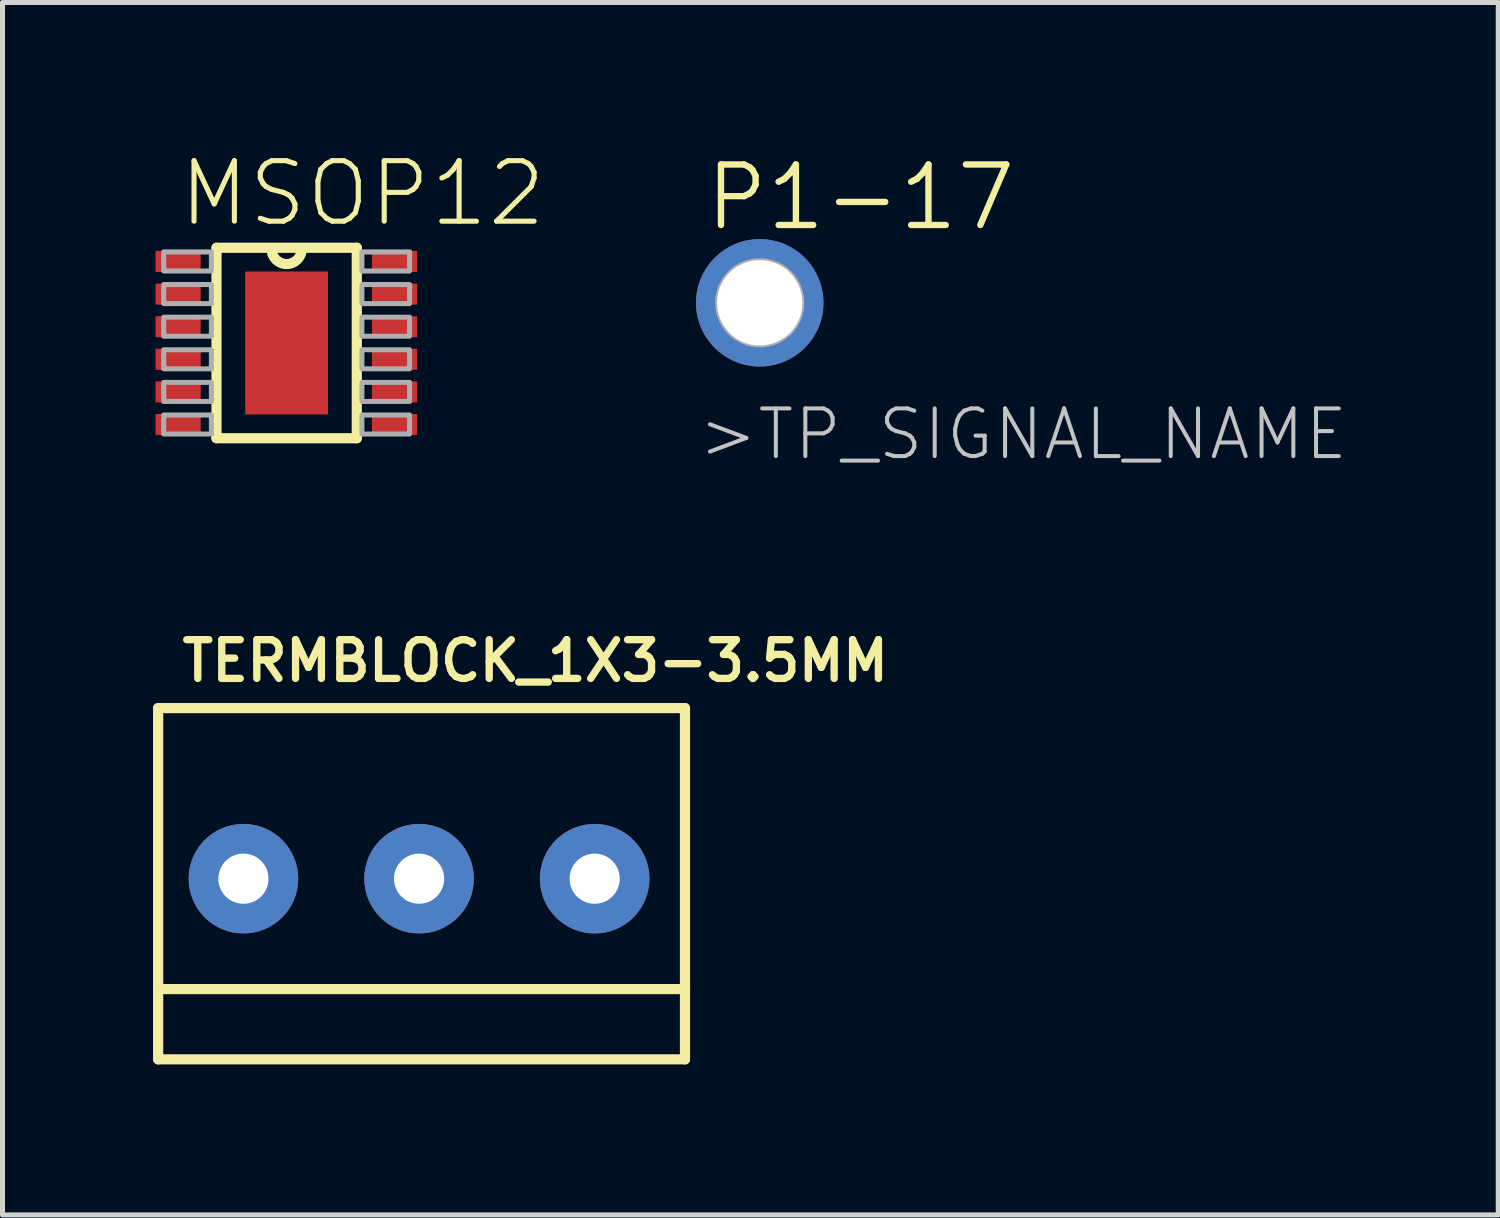
<source format=kicad_pcb>
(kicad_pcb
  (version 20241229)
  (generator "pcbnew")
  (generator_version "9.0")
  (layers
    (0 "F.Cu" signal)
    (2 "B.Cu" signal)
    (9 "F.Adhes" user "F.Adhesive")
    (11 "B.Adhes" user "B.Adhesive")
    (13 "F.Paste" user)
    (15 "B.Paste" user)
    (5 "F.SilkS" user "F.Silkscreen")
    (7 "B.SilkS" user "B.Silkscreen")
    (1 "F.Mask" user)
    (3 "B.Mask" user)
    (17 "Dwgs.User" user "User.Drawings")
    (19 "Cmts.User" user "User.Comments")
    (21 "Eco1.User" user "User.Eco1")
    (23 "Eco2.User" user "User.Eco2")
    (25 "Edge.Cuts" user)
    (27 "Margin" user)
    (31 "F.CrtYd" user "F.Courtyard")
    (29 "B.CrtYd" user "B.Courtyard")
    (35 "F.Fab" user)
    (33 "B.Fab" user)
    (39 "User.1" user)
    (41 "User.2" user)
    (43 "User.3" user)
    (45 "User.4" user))
  (footprint "MSOP12"
    (layer "F.Cu")
    (at 2.663 3.786)
    (property "Reference" "MSOP12" (at -2.2 -2.275 0) (layer "F.SilkS") (effects (font (size 1.206 1.206) (thickness 0.102)) (justify left bottom)))
    (attr through_hole)
    (fp_poly (pts (xy -2.663 -1.387) (xy -1.675 -1.387) (xy -1.675 -1.863) (xy -2.663 -1.863)) (stroke (width 0) (type solid)) (fill yes) (layer "F.Mask"))
    (fp_poly (pts (xy -2.663 -0.738) (xy -1.675 -0.738) (xy -1.675 -1.212) (xy -2.663 -1.212)) (stroke (width 0) (type solid)) (fill yes) (layer "F.Mask"))
    (fp_poly (pts (xy -2.663 -0.087) (xy -1.675 -0.087) (xy -1.675 -0.562) (xy -2.663 -0.562)) (stroke (width 0) (type solid)) (fill yes) (layer "F.Mask"))
    (fp_poly (pts (xy -2.663 0.562) (xy -1.675 0.562) (xy -1.675 0.087) (xy -2.663 0.087)) (stroke (width 0) (type solid)) (fill yes) (layer "F.Mask"))
    (fp_poly (pts (xy -2.663 1.212) (xy -1.675 1.212) (xy -1.675 0.738) (xy -2.663 0.738)) (stroke (width 0) (type solid)) (fill yes) (layer "F.Mask"))
    (fp_poly (pts (xy -2.663 1.863) (xy -1.675 1.863) (xy -1.675 1.387) (xy -2.663 1.387)) (stroke (width 0) (type solid)) (fill yes) (layer "F.Mask"))
    (fp_poly (pts (xy 2.663 -1.863) (xy 1.675 -1.863) (xy 1.675 -1.387) (xy 2.663 -1.387)) (stroke (width 0) (type solid)) (fill yes) (layer "F.Mask"))
    (fp_poly (pts (xy 2.663 -1.212) (xy 1.675 -1.212) (xy 1.675 -0.738) (xy 2.663 -0.738)) (stroke (width 0) (type solid)) (fill yes) (layer "F.Mask"))
    (fp_poly (pts (xy 2.663 -0.562) (xy 1.675 -0.562) (xy 1.675 -0.087) (xy 2.663 -0.087)) (stroke (width 0) (type solid)) (fill yes) (layer "F.Mask"))
    (fp_poly (pts (xy 2.663 0.087) (xy 1.675 0.087) (xy 1.675 0.562) (xy 2.663 0.562)) (stroke (width 0) (type solid)) (fill yes) (layer "F.Mask"))
    (fp_poly (pts (xy 2.663 0.738) (xy 1.675 0.738) (xy 1.675 1.212) (xy 2.663 1.212)) (stroke (width 0) (type solid)) (fill yes) (layer "F.Mask"))
    (fp_poly (pts (xy 2.663 1.387) (xy 1.675 1.387) (xy 1.675 1.863) (xy 2.663 1.863)) (stroke (width 0) (type solid)) (fill yes) (layer "F.Mask"))
    (fp_line (start -1.398 -1.898) (end -1.398 1.898) (stroke (width 0.203) (type solid)) (layer "F.SilkS"))
    (fp_line (start -1.398 1.898) (end 1.398 1.898) (stroke (width 0.203) (type solid)) (layer "F.SilkS"))
    (fp_line (start 1.398 -1.898) (end -1.398 -1.898) (stroke (width 0.203) (type solid)) (layer "F.SilkS"))
    (fp_line (start 1.398 1.898) (end 1.398 -1.898) (stroke (width 0.203) (type solid)) (layer "F.SilkS"))
    (fp_arc (start 0.3 -1.8734) (mid 0 -1.5734) (end -0.3 -1.8734) (stroke (width 0.2032) (type solid)) (layer "F.SilkS"))
    (fp_poly (pts (xy -2.45 -1.435) (xy -1.5 -1.435) (xy -1.5 -1.815) (xy -2.45 -1.815)) (stroke (width 0.1) (type solid)) (fill no) (layer "F.Fab"))
    (fp_poly (pts (xy -2.45 -0.785) (xy -1.5 -0.785) (xy -1.5 -1.165) (xy -2.45 -1.165)) (stroke (width 0.1) (type solid)) (fill no) (layer "F.Fab"))
    (fp_poly (pts (xy -2.45 -0.135) (xy -1.5 -0.135) (xy -1.5 -0.515) (xy -2.45 -0.515)) (stroke (width 0.1) (type solid)) (fill no) (layer "F.Fab"))
    (fp_poly (pts (xy -2.45 0.515) (xy -1.5 0.515) (xy -1.5 0.135) (xy -2.45 0.135)) (stroke (width 0.1) (type solid)) (fill no) (layer "F.Fab"))
    (fp_poly (pts (xy -2.45 1.165) (xy -1.5 1.165) (xy -1.5 0.785) (xy -2.45 0.785)) (stroke (width 0.1) (type solid)) (fill no) (layer "F.Fab"))
    (fp_poly (pts (xy -2.45 1.815) (xy -1.5 1.815) (xy -1.5 1.435) (xy -2.45 1.435)) (stroke (width 0.1) (type solid)) (fill no) (layer "F.Fab"))
    (fp_poly (pts (xy 1.5 -1.435) (xy 2.45 -1.435) (xy 2.45 -1.815) (xy 1.5 -1.815)) (stroke (width 0.1) (type solid)) (fill no) (layer "F.Fab"))
    (fp_poly (pts (xy 1.5 -0.785) (xy 2.45 -0.785) (xy 2.45 -1.165) (xy 1.5 -1.165)) (stroke (width 0.1) (type solid)) (fill no) (layer "F.Fab"))
    (fp_poly (pts (xy 1.5 -0.135) (xy 2.45 -0.135) (xy 2.45 -0.515) (xy 1.5 -0.515)) (stroke (width 0.1) (type solid)) (fill no) (layer "F.Fab"))
    (fp_poly (pts (xy 1.5 0.515) (xy 2.45 0.515) (xy 2.45 0.135) (xy 1.5 0.135)) (stroke (width 0.1) (type solid)) (fill no) (layer "F.Fab"))
    (fp_poly (pts (xy 1.5 1.165) (xy 2.45 1.165) (xy 2.45 0.785) (xy 1.5 0.785)) (stroke (width 0.1) (type solid)) (fill no) (layer "F.Fab"))
    (fp_poly (pts (xy 1.5 1.815) (xy 2.45 1.815) (xy 2.45 1.435) (xy 1.5 1.435)) (stroke (width 0.1) (type solid)) (fill no) (layer "F.Fab"))
    (pad "1" smd rect (at -2.163 -1.625) (size 0.9 0.42) (layers "F.Cu" "F.Mask" "F.Paste"))
    (pad "2" smd rect (at -2.163 -0.975) (size 0.9 0.42) (layers "F.Cu" "F.Mask" "F.Paste"))
    (pad "3" smd rect (at -2.163 -0.325) (size 0.9 0.42) (layers "F.Cu" "F.Mask" "F.Paste"))
    (pad "4" smd rect (at -2.163 0.325) (size 0.9 0.42) (layers "F.Cu" "F.Mask" "F.Paste"))
    (pad "5" smd rect (at -2.163 0.975) (size 0.9 0.42) (layers "F.Cu" "F.Mask" "F.Paste"))
    (pad "6" smd rect (at -2.163 1.625) (size 0.9 0.42) (layers "F.Cu" "F.Mask" "F.Paste"))
    (pad "7" smd rect (at 2.15 1.625) (size 0.9 0.42) (layers "F.Cu" "F.Mask" "F.Paste"))
    (pad "8" smd rect (at 2.15 0.975) (size 0.9 0.42) (layers "F.Cu" "F.Mask" "F.Paste"))
    (pad "9" smd rect (at 2.15 0.325) (size 0.9 0.42) (layers "F.Cu" "F.Mask" "F.Paste"))
    (pad "10" smd rect (at 2.15 -0.325) (size 0.9 0.42) (layers "F.Cu" "F.Mask" "F.Paste"))
    (pad "11" smd rect (at 2.15 -0.975) (size 0.9 0.42) (layers "F.Cu" "F.Mask" "F.Paste"))
    (pad "12" smd rect (at 2.15 -1.625) (size 0.9 0.42) (layers "F.Cu" "F.Mask" "F.Paste"))
    (pad "EXP" smd rect (at 0 0) (size 1.65 2.85) (layers "F.Cu" "F.Mask" "F.Paste")))
  (footprint "TERMBLOCK_1X3-3.5MM"
    (layer "F.Cu")
    (at 5.252 14.463)
    (property "Reference" "TERMBLOCK_1X3-3.5MM" (at -4.75 -3.89 0) (layer "F.SilkS") (effects (font (size 0.772 0.772) (thickness 0.146)) (justify left bottom)))
    (attr through_hole)
    (fp_line (start -5.15 -3.4) (end -5.15 2.2) (stroke (width 0.203) (type solid)) (layer "F.SilkS"))
    (fp_line (start -5.15 2.2) (end -5.15 3.6) (stroke (width 0.203) (type solid)) (layer "F.SilkS"))
    (fp_line (start -5.15 2.2) (end 5.35 2.2) (stroke (width 0.203) (type solid)) (layer "F.SilkS"))
    (fp_line (start -5.15 3.6) (end 5.35 3.6) (stroke (width 0.203) (type solid)) (layer "F.SilkS"))
    (fp_line (start 5.35 -3.4) (end -5.15 -3.4) (stroke (width 0.203) (type solid)) (layer "F.SilkS"))
    (fp_line (start 5.35 2.2) (end 5.35 -3.4) (stroke (width 0.203) (type solid)) (layer "F.SilkS"))
    (fp_line (start 5.35 3.6) (end 5.35 2.2) (stroke (width 0.203) (type solid)) (layer "F.SilkS"))
    (pad "1" thru_hole circle (at 3.55 0) (size 2.184 2.184) (drill 1) (layers "*.Cu" "*.Mask"))
    (pad "2" thru_hole circle (at 0.05 0) (size 2.184 2.184) (drill 1) (layers "*.Cu" "*.Mask"))
    (pad "3" thru_hole circle (at -3.45 0) (size 2.184 2.184) (drill 1) (layers "*.Cu" "*.Mask")))
  (footprint "P1-17"
    (layer "F.Cu")
    (at 12.092 2.985)
    (property "Reference" "P1-17" (at -1.143 -1.397 0) (layer "F.SilkS") (effects (font (size 1.206 1.206) (thickness 0.127)) (justify left bottom)))
    (attr through_hole)
    (fp_circle (center 0 0) (end 0.813 0) (stroke (width 0.152) (type solid)) (fill no) (layer "F.Fab"))
    (fp_poly (pts (xy -0.33 0.33) (xy 0.33 0.33) (xy 0.33 -0.33) (xy -0.33 -0.33)) (stroke (width 0.1) (type solid)) (fill no) (layer "F.Fab"))
    (fp_text user ">TP_SIGNAL_NAME" (at -1.27 3.175 0) (layer "Dwgs.User") (effects (font (size 0.95 0.95) (thickness 0.08)) (justify left bottom)))
    (pad "TP" thru_hole circle (at 0 0) (size 2.54 2.54) (drill 1.702) (layers "*.Cu" "*.Mask")))
  (gr_rect
    (start -3 -3)
    (end 26.811 21.164)
    (stroke (width 0.1) (type default))
    (fill no)
    (layer "Edge.Cuts")))
</source>
